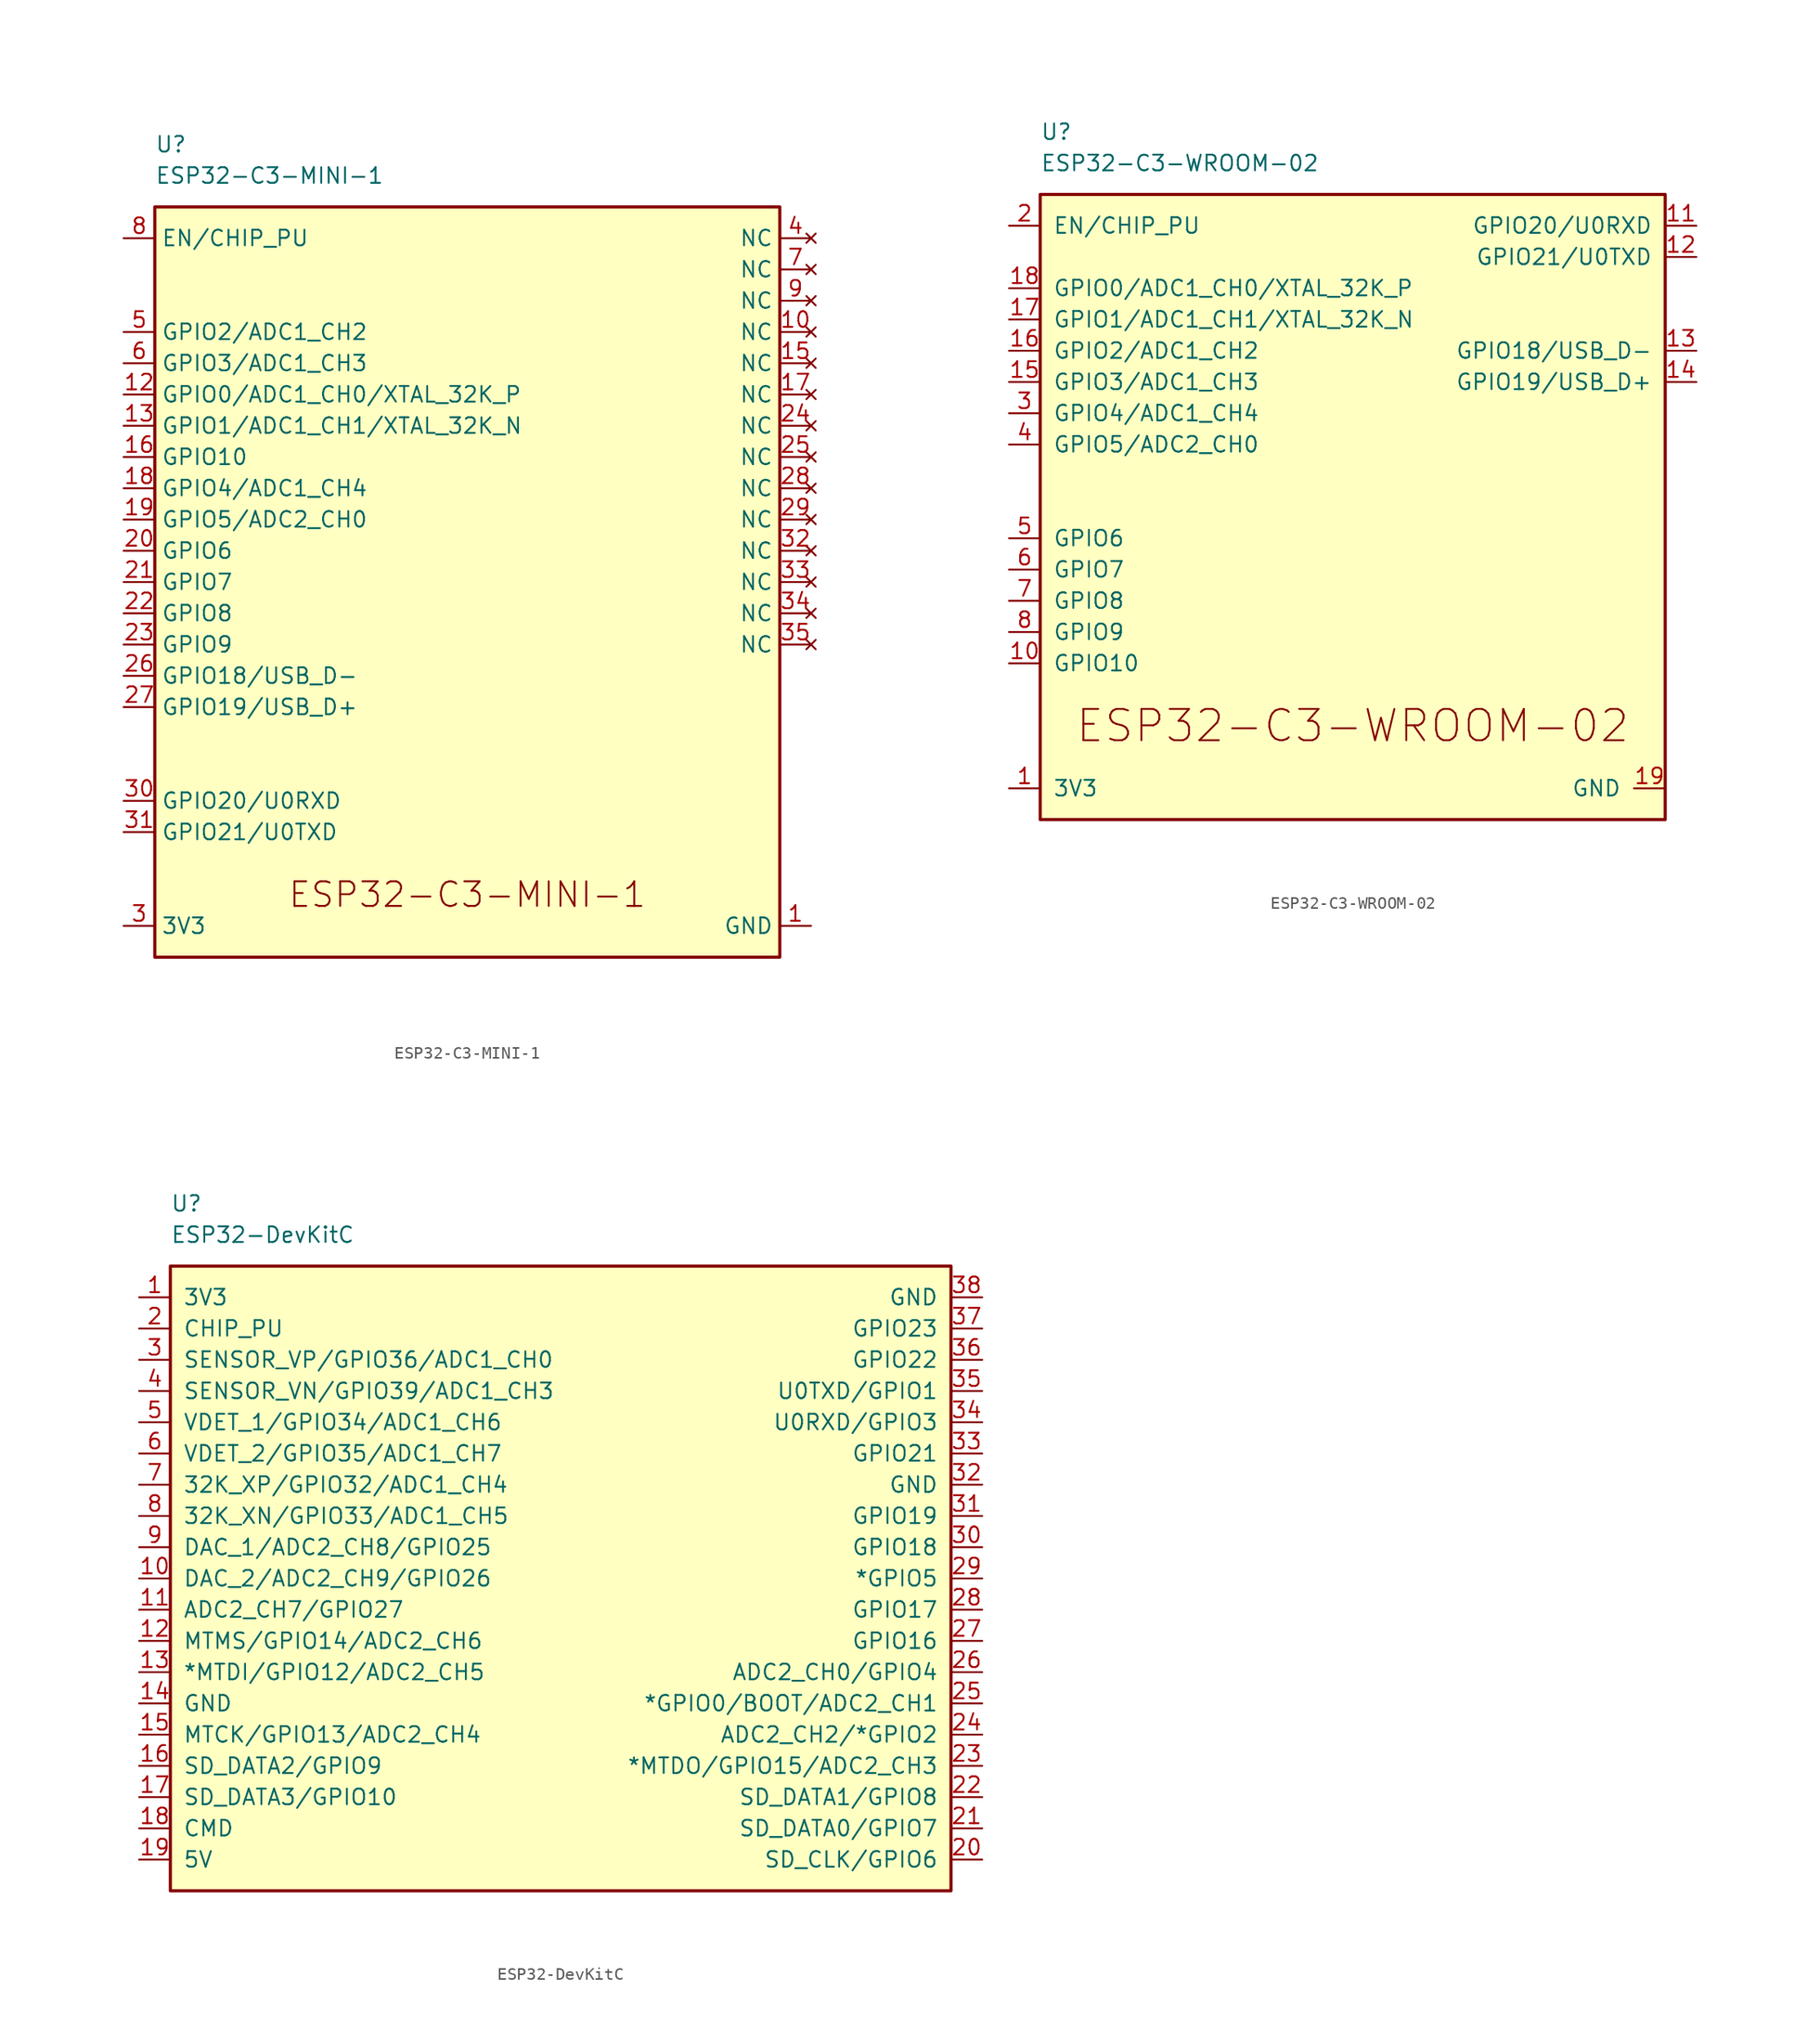
<source format=kicad_sym>
(kicad_symbol_lib
  (version 20211014)
  (generator kicad_symbol_editor)
  (symbol "ESP32-C3-MINI-1"
    (property "Reference" "U"
      (at -25.4 35.56 0)
      (effects (font (size 1.27 1.27)) (justify left)))
    (property "Value" "ESP32-C3-MINI-1"
      (at -25.4 33.02 0)
      (effects (font (size 1.27 1.27)) (justify left)))
    (symbol "ESP32-C3-MINI-1_0_0"
      (text "ESP32-C3-MINI-1" (at 0 -25.4 0) (effects (font (size 2 2)))))
    (symbol "ESP32-C3-MINI-1_0_1"
      (rectangle (start -25.4 30.48) (end 25.4 -30.48) (stroke (width 0.254) (type default) (color 0 0 0 0)) (fill (type background))))
    (symbol "ESP32-C3-MINI-1_1_1"
      (pin power_in line (at 27.94 -27.94 180) (length 2.54) (name "GND" (effects (font (size 1.27 1.27)))) (number "1" (effects (font (size 1.27 1.27)))))
      (pin no_connect line (at 27.94 20.32 180) (length 2.54) (name "NC" (effects (font (size 1.27 1.27)))) (number "10" (effects (font (size 1.27 1.27)))))
      (pin bidirectional line (at -27.94 15.24 0) (length 2.54) (name "GPIO0/ADC1_CH0/XTAL_32K_P" (effects (font (size 1.27 1.27)))) (number "12" (effects (font (size 1.27 1.27)))))
      (pin bidirectional line (at -27.94 12.7 0) (length 2.54) (name "GPIO1/ADC1_CH1/XTAL_32K_N" (effects (font (size 1.27 1.27)))) (number "13" (effects (font (size 1.27 1.27)))))
      (pin no_connect line (at 27.94 17.78 180) (length 2.54) (name "NC" (effects (font (size 1.27 1.27)))) (number "15" (effects (font (size 1.27 1.27)))))
      (pin bidirectional line (at -27.94 10.16 0) (length 2.54) (name "GPIO10" (effects (font (size 1.27 1.27)))) (number "16" (effects (font (size 1.27 1.27)))))
      (pin no_connect line (at 27.94 15.24 180) (length 2.54) (name "NC" (effects (font (size 1.27 1.27)))) (number "17" (effects (font (size 1.27 1.27)))))
      (pin bidirectional line (at -27.94 7.62 0) (length 2.54) (name "GPIO4/ADC1_CH4" (effects (font (size 1.27 1.27)))) (number "18" (effects (font (size 1.27 1.27)))))
      (pin bidirectional line (at -27.94 5.08 0) (length 2.54) (name "GPIO5/ADC2_CH0" (effects (font (size 1.27 1.27)))) (number "19" (effects (font (size 1.27 1.27)))))
      (pin passive line (at 27.94 -27.94 180) (length 2.54) hide (name "GND" (effects (font (size 1.27 1.27)))) (number "2" (effects (font (size 1.27 1.27)))))
      (pin bidirectional line (at -27.94 2.54 0) (length 2.54) (name "GPIO6" (effects (font (size 1.27 1.27)))) (number "20" (effects (font (size 1.27 1.27)))))
      (pin bidirectional line (at -27.94 0 0) (length 2.54) (name "GPIO7" (effects (font (size 1.27 1.27)))) (number "21" (effects (font (size 1.27 1.27)))))
      (pin bidirectional line (at -27.94 -2.54 0) (length 2.54) (name "GPIO8" (effects (font (size 1.27 1.27)))) (number "22" (effects (font (size 1.27 1.27)))))
      (pin bidirectional line (at -27.94 -5.08 0) (length 2.54) (name "GPIO9" (effects (font (size 1.27 1.27)))) (number "23" (effects (font (size 1.27 1.27)))))
      (pin no_connect line (at 27.94 12.7 180) (length 2.54) (name "NC" (effects (font (size 1.27 1.27)))) (number "24" (effects (font (size 1.27 1.27)))))
      (pin no_connect line (at 27.94 10.16 180) (length 2.54) (name "NC" (effects (font (size 1.27 1.27)))) (number "25" (effects (font (size 1.27 1.27)))))
      (pin bidirectional line (at -27.94 -7.62 0) (length 2.54) (name "GPIO18/USB_D-" (effects (font (size 1.27 1.27)))) (number "26" (effects (font (size 1.27 1.27)))))
      (pin bidirectional line (at -27.94 -10.16 0) (length 2.54) (name "GPIO19/USB_D+" (effects (font (size 1.27 1.27)))) (number "27" (effects (font (size 1.27 1.27)))))
      (pin no_connect line (at 27.94 7.62 180) (length 2.54) (name "NC" (effects (font (size 1.27 1.27)))) (number "28" (effects (font (size 1.27 1.27)))))
      (pin no_connect line (at 27.94 5.08 180) (length 2.54) (name "NC" (effects (font (size 1.27 1.27)))) (number "29" (effects (font (size 1.27 1.27)))))
      (pin power_in line (at -27.94 -27.94 0) (length 2.54) (name "3V3" (effects (font (size 1.27 1.27)))) (number "3" (effects (font (size 1.27 1.27)))))
      (pin bidirectional line (at -27.94 -17.78 0) (length 2.54) (name "GPIO20/U0RXD" (effects (font (size 1.27 1.27)))) (number "30" (effects (font (size 1.27 1.27)))))
      (pin bidirectional line (at -27.94 -20.32 0) (length 2.54) (name "GPIO21/U0TXD" (effects (font (size 1.27 1.27)))) (number "31" (effects (font (size 1.27 1.27)))))
      (pin no_connect line (at 27.94 2.54 180) (length 2.54) (name "NC" (effects (font (size 1.27 1.27)))) (number "32" (effects (font (size 1.27 1.27)))))
      (pin no_connect line (at 27.94 0 180) (length 2.54) (name "NC" (effects (font (size 1.27 1.27)))) (number "33" (effects (font (size 1.27 1.27)))))
      (pin no_connect line (at 27.94 -2.54 180) (length 2.54) (name "NC" (effects (font (size 1.27 1.27)))) (number "34" (effects (font (size 1.27 1.27)))))
      (pin no_connect line (at 27.94 -5.08 180) (length 2.54) (name "NC" (effects (font (size 1.27 1.27)))) (number "35" (effects (font (size 1.27 1.27)))))
      (pin passive line (at 27.94 -27.94 180) (length 2.54) hide (name "GND" (effects (font (size 1.27 1.27)))) (number "36" (effects (font (size 1.27 1.27)))))
      (pin passive line (at 27.94 -27.94 180) (length 2.54) hide (name "GND" (effects (font (size 1.27 1.27)))) (number "37" (effects (font (size 1.27 1.27)))))
      (pin passive line (at 27.94 -27.94 180) (length 2.54) hide (name "GND" (effects (font (size 1.27 1.27)))) (number "38" (effects (font (size 1.27 1.27)))))
      (pin passive line (at 27.94 -27.94 180) (length 2.54) hide (name "GND" (effects (font (size 1.27 1.27)))) (number "39" (effects (font (size 1.27 1.27)))))
      (pin no_connect line (at 27.94 27.94 180) (length 2.54) (name "NC" (effects (font (size 1.27 1.27)))) (number "4" (effects (font (size 1.27 1.27)))))
      (pin passive line (at 27.94 -27.94 180) (length 2.54) hide (name "GND" (effects (font (size 1.27 1.27)))) (number "40" (effects (font (size 1.27 1.27)))))
      (pin passive line (at 27.94 -27.94 180) (length 2.54) hide (name "GND" (effects (font (size 1.27 1.27)))) (number "41" (effects (font (size 1.27 1.27)))))
      (pin passive line (at 27.94 -27.94 180) (length 2.54) hide (name "GND" (effects (font (size 1.27 1.27)))) (number "42" (effects (font (size 1.27 1.27)))))
      (pin passive line (at 27.94 -27.94 180) (length 2.54) hide (name "GND" (effects (font (size 1.27 1.27)))) (number "43" (effects (font (size 1.27 1.27)))))
      (pin passive line (at 27.94 -27.94 180) (length 2.54) hide (name "GND" (effects (font (size 1.27 1.27)))) (number "44" (effects (font (size 1.27 1.27)))))
      (pin passive line (at 27.94 -27.94 180) (length 2.54) hide (name "GND" (effects (font (size 1.27 1.27)))) (number "45" (effects (font (size 1.27 1.27)))))
      (pin passive line (at 27.94 -27.94 180) (length 2.54) hide (name "GND" (effects (font (size 1.27 1.27)))) (number "46" (effects (font (size 1.27 1.27)))))
      (pin passive line (at 27.94 -27.94 180) (length 2.54) hide (name "GND" (effects (font (size 1.27 1.27)))) (number "47" (effects (font (size 1.27 1.27)))))
      (pin passive line (at 27.94 -27.94 180) (length 2.54) hide (name "GND" (effects (font (size 1.27 1.27)))) (number "48" (effects (font (size 1.27 1.27)))))
      (pin passive line (at 27.94 -27.94 180) (length 2.54) hide (name "GND" (effects (font (size 1.27 1.27)))) (number "49" (effects (font (size 1.27 1.27)))))
      (pin bidirectional line (at -27.94 20.32 0) (length 2.54) (name "GPIO2/ADC1_CH2" (effects (font (size 1.27 1.27)))) (number "5" (effects (font (size 1.27 1.27)))))
      (pin passive line (at 27.94 -27.94 180) (length 2.54) hide (name "GND" (effects (font (size 1.27 1.27)))) (number "50" (effects (font (size 1.27 1.27)))))
      (pin passive line (at 27.94 -27.94 180) (length 2.54) hide (name "GND" (effects (font (size 1.27 1.27)))) (number "51" (effects (font (size 1.27 1.27)))))
      (pin passive line (at 27.94 -27.94 180) (length 2.54) hide (name "GND" (effects (font (size 1.27 1.27)))) (number "52" (effects (font (size 1.27 1.27)))))
      (pin passive line (at 27.94 -27.94 180) (length 2.54) hide (name "GND" (effects (font (size 1.27 1.27)))) (number "53" (effects (font (size 1.27 1.27)))))
      (pin bidirectional line (at -27.94 17.78 0) (length 2.54) (name "GPIO3/ADC1_CH3" (effects (font (size 1.27 1.27)))) (number "6" (effects (font (size 1.27 1.27)))))
      (pin no_connect line (at 27.94 25.4 180) (length 2.54) (name "NC" (effects (font (size 1.27 1.27)))) (number "7" (effects (font (size 1.27 1.27)))))
      (pin input line (at -27.94 27.94 0) (length 2.54) (name "EN/CHIP_PU" (effects (font (size 1.27 1.27)))) (number "8" (effects (font (size 1.27 1.27)))))
      (pin no_connect line (at 27.94 22.86 180) (length 2.54) (name "NC" (effects (font (size 1.27 1.27)))) (number "9" (effects (font (size 1.27 1.27)))))))
  (symbol "ESP32-C3-WROOM-02"
    (pin_names
      (offset 1.016))
    (property "Reference" "U"
      (at -25.4 30.48 0)
      (effects (font (size 1.27 1.27)) (justify left)))
    (property "Value" "ESP32-C3-WROOM-02"
      (at -25.4 27.94 0)
      (effects (font (size 1.27 1.27)) (justify left)))
    (symbol "ESP32-C3-WROOM-02_0_0"
      (text "ESP32-C3-WROOM-02" (at 0 -17.78 0) (effects (font (size 2.54 2.54)))))
    (symbol "ESP32-C3-WROOM-02_0_1"
      (rectangle (start -25.4 25.4) (end 25.4 -25.4) (stroke (width 0.254) (type default) (color 0 0 0 0)) (fill (type background))))
    (symbol "ESP32-C3-WROOM-02_1_1"
      (pin power_in line (at -27.94 -22.86 0) (length 2.54) (name "3V3" (effects (font (size 1.27 1.27)))) (number "1" (effects (font (size 1.27 1.27)))))
      (pin bidirectional line (at -27.94 -12.7 0) (length 2.54) (name "GPIO10" (effects (font (size 1.27 1.27)))) (number "10" (effects (font (size 1.27 1.27)))))
      (pin bidirectional line (at 27.94 22.86 180) (length 2.54) (name "GPIO20/U0RXD" (effects (font (size 1.27 1.27)))) (number "11" (effects (font (size 1.27 1.27)))))
      (pin bidirectional line (at 27.94 20.32 180) (length 2.54) (name "GPIO21/U0TXD" (effects (font (size 1.27 1.27)))) (number "12" (effects (font (size 1.27 1.27)))))
      (pin bidirectional line (at 27.94 12.7 180) (length 2.54) (name "GPIO18/USB_D-" (effects (font (size 1.27 1.27)))) (number "13" (effects (font (size 1.27 1.27)))))
      (pin bidirectional line (at 27.94 10.16 180) (length 2.54) (name "GPIO19/USB_D+" (effects (font (size 1.27 1.27)))) (number "14" (effects (font (size 1.27 1.27)))))
      (pin bidirectional line (at -27.94 10.16 0) (length 2.54) (name "GPIO3/ADC1_CH3" (effects (font (size 1.27 1.27)))) (number "15" (effects (font (size 1.27 1.27)))))
      (pin bidirectional line (at -27.94 12.7 0) (length 2.54) (name "GPIO2/ADC1_CH2" (effects (font (size 1.27 1.27)))) (number "16" (effects (font (size 1.27 1.27)))))
      (pin bidirectional line (at -27.94 15.24 0) (length 2.54) (name "GPIO1/ADC1_CH1/XTAL_32K_N" (effects (font (size 1.27 1.27)))) (number "17" (effects (font (size 1.27 1.27)))))
      (pin bidirectional line (at -27.94 17.78 0) (length 2.54) (name "GPIO0/ADC1_CH0/XTAL_32K_P" (effects (font (size 1.27 1.27)))) (number "18" (effects (font (size 1.27 1.27)))))
      (pin passive line (at 25.4 -22.86 180) (length 2.54) (name "GND" (effects (font (size 1.27 1.27)))) (number "19" (effects (font (size 1.27 1.27)))))
      (pin input line (at -27.94 22.86 0) (length 2.54) (name "EN/CHIP_PU" (effects (font (size 1.27 1.27)))) (number "2" (effects (font (size 1.27 1.27)))))
      (pin bidirectional line (at -27.94 7.62 0) (length 2.54) (name "GPIO4/ADC1_CH4" (effects (font (size 1.27 1.27)))) (number "3" (effects (font (size 1.27 1.27)))))
      (pin bidirectional line (at -27.94 5.08 0) (length 2.54) (name "GPIO5/ADC2_CH0" (effects (font (size 1.27 1.27)))) (number "4" (effects (font (size 1.27 1.27)))))
      (pin bidirectional line (at -27.94 -2.54 0) (length 2.54) (name "GPIO6" (effects (font (size 1.27 1.27)))) (number "5" (effects (font (size 1.27 1.27)))))
      (pin bidirectional line (at -27.94 -5.08 0) (length 2.54) (name "GPIO7" (effects (font (size 1.27 1.27)))) (number "6" (effects (font (size 1.27 1.27)))))
      (pin bidirectional line (at -27.94 -7.62 0) (length 2.54) (name "GPIO8" (effects (font (size 1.27 1.27)))) (number "7" (effects (font (size 1.27 1.27)))))
      (pin bidirectional line (at -27.94 -10.16 0) (length 2.54) (name "GPIO9" (effects (font (size 1.27 1.27)))) (number "8" (effects (font (size 1.27 1.27)))))
      (pin power_in line (at 25.4 -22.86 180) (length 2.54) hide (name "GND" (effects (font (size 1.27 1.27)))) (number "9" (effects (font (size 1.27 1.27)))))))
  (symbol "ESP32-DevKitC"
    (pin_names
      (offset 1.016))
    (property "Reference" "U"
      (at -30.48 30.48 0)
      (effects (font (size 1.27 1.27)) (justify left)))
    (property "Value" "ESP32-DevKitC"
      (at -30.48 27.94 0)
      (effects (font (size 1.27 1.27)) (justify left)))
    (symbol "ESP32-DevKitC_0_0"
      (pin power_out line (at -33.02 -10.16 0) (length 2.54) (name "GND" (effects (font (size 1.27 1.27)))) (number "14" (effects (font (size 1.27 1.27)))))
      (pin power_out line (at -33.02 -22.86 0) (length 2.54) (name "5V" (effects (font (size 1.27 1.27)))) (number "19" (effects (font (size 1.27 1.27))))))
    (symbol "ESP32-DevKitC_0_1"
      (rectangle (start -30.48 25.4) (end 33.02 -25.4) (stroke (width 0.254) (type default) (color 0 0 0 0)) (fill (type background))))
    (symbol "ESP32-DevKitC_1_1"
      (pin power_in line (at -33.02 22.86 0) (length 2.54) (name "3V3" (effects (font (size 1.27 1.27)))) (number "1" (effects (font (size 1.27 1.27)))))
      (pin bidirectional line (at -33.02 0 0) (length 2.54) (name "DAC_2/ADC2_CH9/GPIO26" (effects (font (size 1.27 1.27)))) (number "10" (effects (font (size 1.27 1.27)))))
      (pin bidirectional line (at -33.02 -2.54 0) (length 2.54) (name "ADC2_CH7/GPIO27" (effects (font (size 1.27 1.27)))) (number "11" (effects (font (size 1.27 1.27)))))
      (pin bidirectional line (at -33.02 -5.08 0) (length 2.54) (name "MTMS/GPIO14/ADC2_CH6" (effects (font (size 1.27 1.27)))) (number "12" (effects (font (size 1.27 1.27)))))
      (pin bidirectional line (at -33.02 -7.62 0) (length 2.54) (name "*MTDI/GPIO12/ADC2_CH5" (effects (font (size 1.27 1.27)))) (number "13" (effects (font (size 1.27 1.27)))))
      (pin bidirectional line (at -33.02 -12.7 0) (length 2.54) (name "MTCK/GPIO13/ADC2_CH4" (effects (font (size 1.27 1.27)))) (number "15" (effects (font (size 1.27 1.27)))))
      (pin bidirectional line (at -33.02 -15.24 0) (length 2.54) (name "SD_DATA2/GPIO9" (effects (font (size 1.27 1.27)))) (number "16" (effects (font (size 1.27 1.27)))))
      (pin bidirectional line (at -33.02 -17.78 0) (length 2.54) (name "SD_DATA3/GPIO10" (effects (font (size 1.27 1.27)))) (number "17" (effects (font (size 1.27 1.27)))))
      (pin bidirectional line (at -33.02 -20.32 0) (length 2.54) (name "CMD" (effects (font (size 1.27 1.27)))) (number "18" (effects (font (size 1.27 1.27)))))
      (pin input line (at -33.02 20.32 0) (length 2.54) (name "CHIP_PU" (effects (font (size 1.27 1.27)))) (number "2" (effects (font (size 1.27 1.27)))))
      (pin bidirectional line (at 35.56 -22.86 180) (length 2.54) (name "SD_CLK/GPIO6" (effects (font (size 1.27 1.27)))) (number "20" (effects (font (size 1.27 1.27)))))
      (pin bidirectional line (at 35.56 -20.32 180) (length 2.54) (name "SD_DATA0/GPIO7" (effects (font (size 1.27 1.27)))) (number "21" (effects (font (size 1.27 1.27)))))
      (pin bidirectional line (at 35.56 -17.78 180) (length 2.54) (name "SD_DATA1/GPIO8" (effects (font (size 1.27 1.27)))) (number "22" (effects (font (size 1.27 1.27)))))
      (pin bidirectional line (at 35.56 -15.24 180) (length 2.54) (name "*MTDO/GPIO15/ADC2_CH3" (effects (font (size 1.27 1.27)))) (number "23" (effects (font (size 1.27 1.27)))))
      (pin bidirectional line (at 35.56 -12.7 180) (length 2.54) (name "ADC2_CH2/*GPIO2" (effects (font (size 1.27 1.27)))) (number "24" (effects (font (size 1.27 1.27)))))
      (pin bidirectional line (at 35.56 -10.16 180) (length 2.54) (name "*GPIO0/BOOT/ADC2_CH1" (effects (font (size 1.27 1.27)))) (number "25" (effects (font (size 1.27 1.27)))))
      (pin bidirectional line (at 35.56 -7.62 180) (length 2.54) (name "ADC2_CH0/GPIO4" (effects (font (size 1.27 1.27)))) (number "26" (effects (font (size 1.27 1.27)))))
      (pin bidirectional line (at 35.56 -5.08 180) (length 2.54) (name "GPIO16" (effects (font (size 1.27 1.27)))) (number "27" (effects (font (size 1.27 1.27)))))
      (pin bidirectional line (at 35.56 -2.54 180) (length 2.54) (name "GPIO17" (effects (font (size 1.27 1.27)))) (number "28" (effects (font (size 1.27 1.27)))))
      (pin bidirectional line (at 35.56 0 180) (length 2.54) (name "*GPIO5" (effects (font (size 1.27 1.27)))) (number "29" (effects (font (size 1.27 1.27)))))
      (pin input line (at -33.02 17.78 0) (length 2.54) (name "SENSOR_VP/GPIO36/ADC1_CH0" (effects (font (size 1.27 1.27)))) (number "3" (effects (font (size 1.27 1.27)))))
      (pin bidirectional line (at 35.56 2.54 180) (length 2.54) (name "GPIO18" (effects (font (size 1.27 1.27)))) (number "30" (effects (font (size 1.27 1.27)))))
      (pin bidirectional line (at 35.56 5.08 180) (length 2.54) (name "GPIO19" (effects (font (size 1.27 1.27)))) (number "31" (effects (font (size 1.27 1.27)))))
      (pin power_in line (at 35.56 7.62 180) (length 2.54) (name "GND" (effects (font (size 1.27 1.27)))) (number "32" (effects (font (size 1.27 1.27)))))
      (pin bidirectional line (at 35.56 10.16 180) (length 2.54) (name "GPIO21" (effects (font (size 1.27 1.27)))) (number "33" (effects (font (size 1.27 1.27)))))
      (pin bidirectional line (at 35.56 12.7 180) (length 2.54) (name "U0RXD/GPIO3" (effects (font (size 1.27 1.27)))) (number "34" (effects (font (size 1.27 1.27)))))
      (pin bidirectional line (at 35.56 15.24 180) (length 2.54) (name "U0TXD/GPIO1" (effects (font (size 1.27 1.27)))) (number "35" (effects (font (size 1.27 1.27)))))
      (pin bidirectional line (at 35.56 17.78 180) (length 2.54) (name "GPIO22" (effects (font (size 1.27 1.27)))) (number "36" (effects (font (size 1.27 1.27)))))
      (pin bidirectional line (at 35.56 20.32 180) (length 2.54) (name "GPIO23" (effects (font (size 1.27 1.27)))) (number "37" (effects (font (size 1.27 1.27)))))
      (pin power_in line (at 35.56 22.86 180) (length 2.54) (name "GND" (effects (font (size 1.27 1.27)))) (number "38" (effects (font (size 1.27 1.27)))))
      (pin input line (at -33.02 15.24 0) (length 2.54) (name "SENSOR_VN/GPIO39/ADC1_CH3" (effects (font (size 1.27 1.27)))) (number "4" (effects (font (size 1.27 1.27)))))
      (pin input line (at -33.02 12.7 0) (length 2.54) (name "VDET_1/GPIO34/ADC1_CH6" (effects (font (size 1.27 1.27)))) (number "5" (effects (font (size 1.27 1.27)))))
      (pin input line (at -33.02 10.16 0) (length 2.54) (name "VDET_2/GPIO35/ADC1_CH7" (effects (font (size 1.27 1.27)))) (number "6" (effects (font (size 1.27 1.27)))))
      (pin bidirectional line (at -33.02 7.62 0) (length 2.54) (name "32K_XP/GPIO32/ADC1_CH4" (effects (font (size 1.27 1.27)))) (number "7" (effects (font (size 1.27 1.27)))))
      (pin bidirectional line (at -33.02 5.08 0) (length 2.54) (name "32K_XN/GPIO33/ADC1_CH5" (effects (font (size 1.27 1.27)))) (number "8" (effects (font (size 1.27 1.27)))))
      (pin bidirectional line (at -33.02 2.54 0) (length 2.54) (name "DAC_1/ADC2_CH8/GPIO25" (effects (font (size 1.27 1.27)))) (number "9" (effects (font (size 1.27 1.27))))))))
</source>
